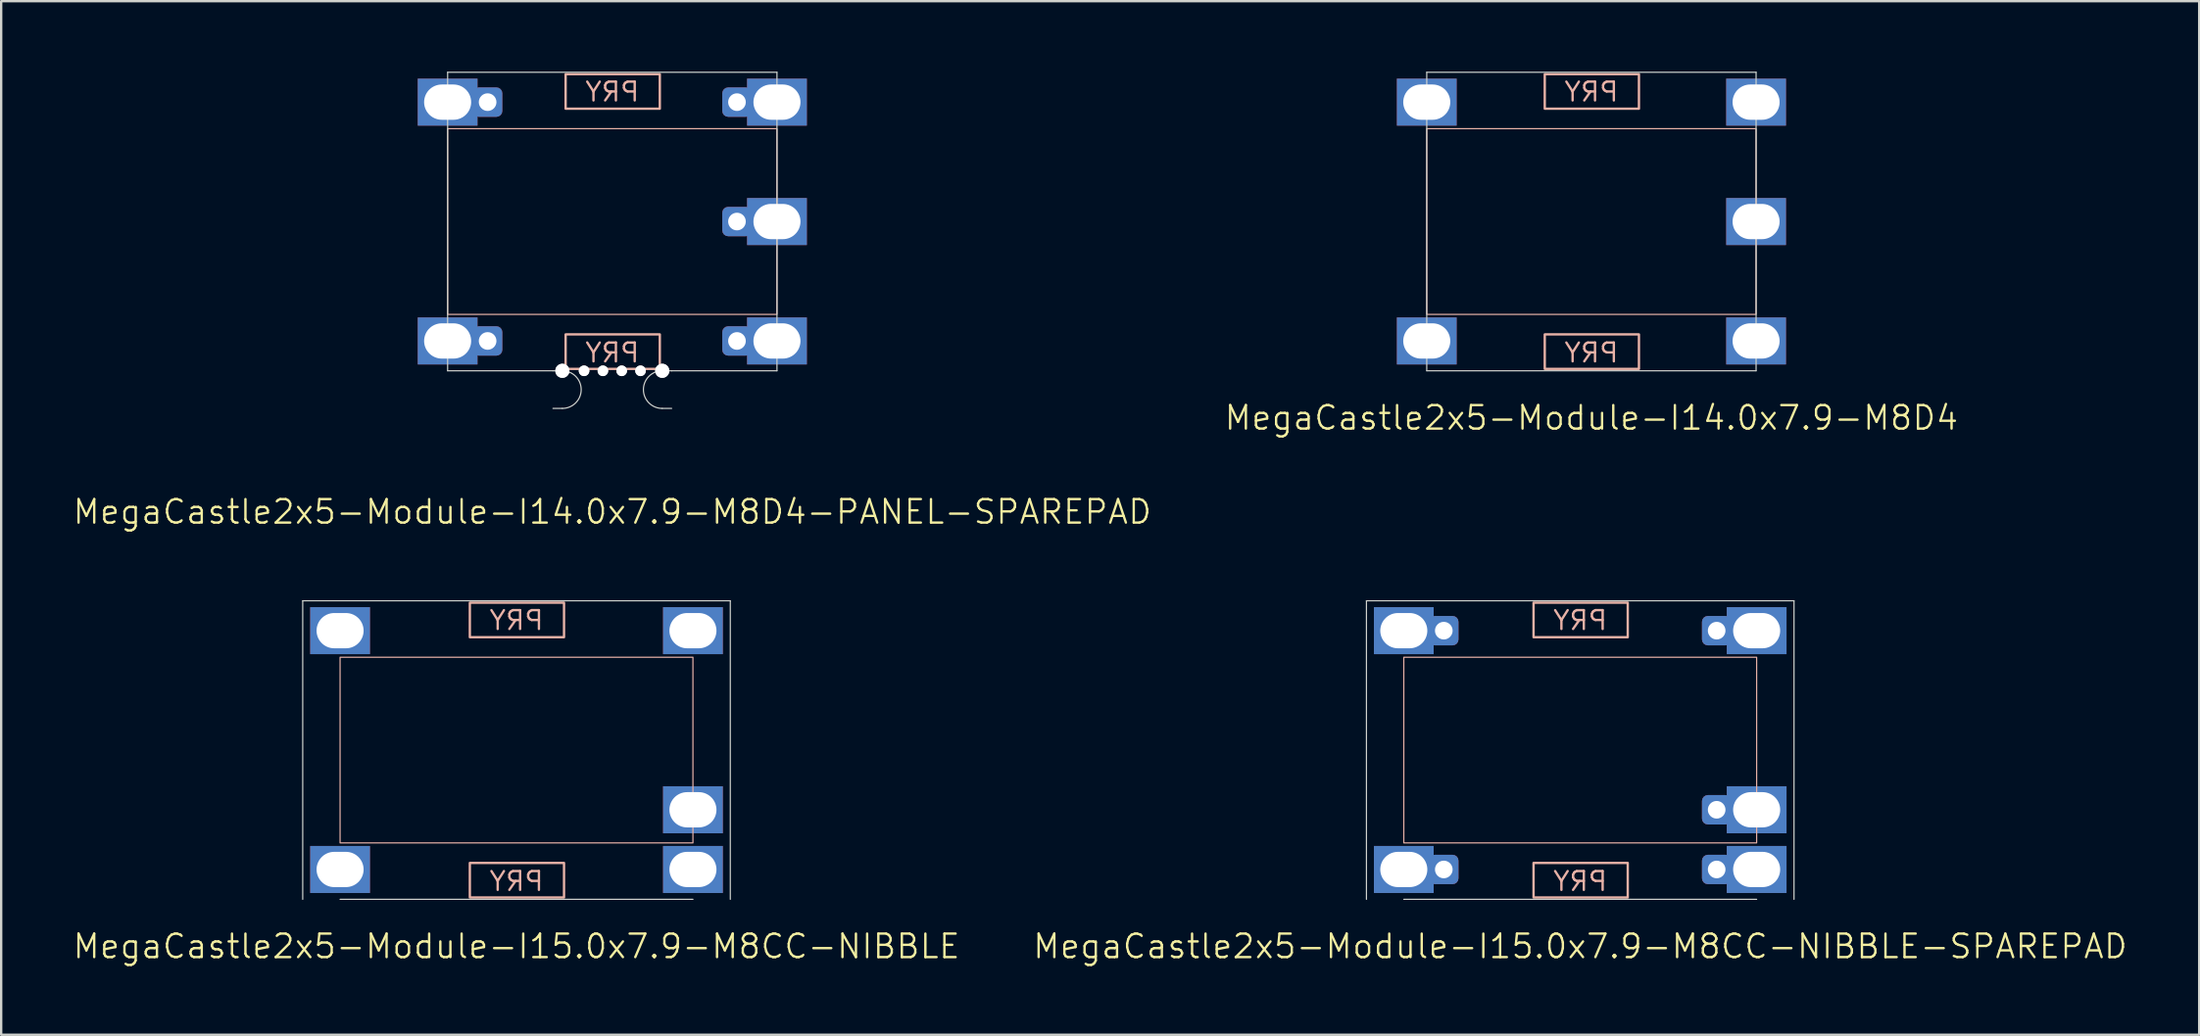
<source format=kicad_pcb>
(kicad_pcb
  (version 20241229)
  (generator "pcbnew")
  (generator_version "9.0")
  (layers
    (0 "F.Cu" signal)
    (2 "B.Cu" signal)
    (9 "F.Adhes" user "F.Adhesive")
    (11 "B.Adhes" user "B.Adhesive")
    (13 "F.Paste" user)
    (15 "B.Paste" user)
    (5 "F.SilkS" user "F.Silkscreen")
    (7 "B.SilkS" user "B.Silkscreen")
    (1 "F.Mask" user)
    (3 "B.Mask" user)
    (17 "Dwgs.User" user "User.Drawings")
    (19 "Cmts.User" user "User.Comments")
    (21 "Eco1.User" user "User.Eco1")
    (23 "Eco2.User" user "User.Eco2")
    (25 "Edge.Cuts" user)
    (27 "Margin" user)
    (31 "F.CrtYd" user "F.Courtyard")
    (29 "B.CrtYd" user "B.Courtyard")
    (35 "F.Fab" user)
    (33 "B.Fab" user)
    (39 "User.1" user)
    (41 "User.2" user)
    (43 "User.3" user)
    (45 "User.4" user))
  (footprint "MegaCastle2x5-Module-I14.0x7.9-M8D4-PANEL-SPAREPAD"
    (layer "F.Cu")
    (at 22.979 6.375)
    (property "Reference" "MegaCastle2x5-Module-I14.0x7.9-M8D4-PANEL-SPAREPAD" (at 0 12.35 0) (unlocked yes) (layer "F.SilkS") (effects (font (size 1 1) (thickness 0.1))))
    (attr smd)
    (fp_rect (start -7 3.95) (end 7 -3.95) (stroke (width 0.05) (type default)) (fill no) (layer "B.SilkS"))
    (fp_rect (start -1.984 -4.801) (end 2.02 -6.27) (stroke (width 0.1) (type default)) (fill no) (layer "B.SilkS"))
    (fp_rect (start -1.984 4.801) (end 2.02 6.27) (stroke (width 0.1) (type default)) (fill no) (layer "B.SilkS"))
    (fp_line (start -7 -6.35) (end -7 6.35) (stroke (width 0.05) (type default)) (layer "Edge.Cuts"))
    (fp_line (start -7 -6.35) (end 7 -6.35) (stroke (width 0.05) (type default)) (layer "Edge.Cuts"))
    (fp_line (start -7 6.35) (end -2.522 6.35) (stroke (width 0.05) (type default)) (layer "Edge.Cuts"))
    (fp_line (start -2.522 6.35) (end -2.123 6.35) (stroke (width 0.05) (type default)) (layer "Edge.Cuts"))
    (fp_line (start -2.522 7.95) (end -2.123 7.95) (stroke (width 0.05) (type default)) (layer "Edge.Cuts"))
    (fp_line (start 2.522 6.35) (end 2.123 6.35) (stroke (width 0.05) (type default)) (layer "Edge.Cuts"))
    (fp_line (start 2.522 6.35) (end 7 6.35) (stroke (width 0.05) (type default)) (layer "Edge.Cuts"))
    (fp_line (start 2.522 7.95) (end 2.123 7.95) (stroke (width 0.05) (type default)) (layer "Edge.Cuts"))
    (fp_line (start 7 -6.35) (end 7 6.35) (stroke (width 0.05) (type default)) (layer "Edge.Cuts"))
    (fp_arc (start -2.1225 6.35) (mid -1.3225 7.15) (end -2.1225 7.95) (stroke (width 0.05) (type default)) (layer "Edge.Cuts"))
    (fp_arc (start 2.1225 7.95) (mid 1.3225 7.15) (end 2.1225 6.35) (stroke (width 0.05) (type default)) (layer "Edge.Cuts"))
    (fp_text user "PRY" (at 0 -5.05 0) (unlocked yes) (layer "B.SilkS") (effects (font (size 0.8 0.8) (thickness 0.1)) (justify bottom mirror)))
    (fp_text user "PRY" (at 0 6.05 0) (unlocked yes) (layer "B.SilkS") (effects (font (size 0.8 0.8) (thickness 0.1)) (justify bottom mirror)))
    (pad "" np_thru_hole circle (at -2.123 6.35) (size 0.6 0.6) (drill 0.6) (layers "*.Cu" "Edge.Cuts"))
    (pad "" np_thru_hole circle (at -1.2 6.35) (size 0.45 0.45) (drill 0.45) (layers "*.Cu" "Edge.Cuts"))
    (pad "" np_thru_hole circle (at -0.4 6.35) (size 0.45 0.45) (drill 0.45) (layers "*.Cu" "Edge.Cuts"))
    (pad "" np_thru_hole circle (at 0.4 6.35) (size 0.45 0.45) (drill 0.45) (layers "*.Cu" "Edge.Cuts"))
    (pad "" np_thru_hole circle (at 1.2 6.35) (size 0.45 0.45) (drill 0.45) (layers "*.Cu" "Edge.Cuts"))
    (pad "" np_thru_hole circle (at 2.123 6.35) (size 0.6 0.6) (drill 0.6) (layers "*.Cu" "Edge.Cuts"))
    (pad "1" thru_hole rect (at -7 -5.08) (size 2.54 2) (drill oval 2 1.5) (property pad_prop_castellated) (layers "*.Cu" "*.Mask"))
    (pad "1" thru_hole roundrect (at -5.3 -5.08 180) (size 1.25 1.25) (drill 0.75) (layers "*.Cu" "*.Mask") (roundrect_rratio 0.2))
    (pad "5" thru_hole rect (at -7 5.08) (size 2.54 2) (drill oval 2 1.5) (property pad_prop_castellated) (layers "*.Cu" "*.Mask"))
    (pad "5" thru_hole roundrect (at -5.3 5.08 180) (size 1.25 1.25) (drill 0.75) (layers "*.Cu" "*.Mask") (roundrect_rratio 0.2))
    (pad "6" thru_hole roundrect (at 5.3 -5.08 180) (size 1.25 1.25) (drill 0.75) (layers "*.Cu" "*.Mask") (roundrect_rratio 0.2))
    (pad "6" thru_hole rect (at 7 -5.08) (size 2.54 2) (drill oval 2 1.5) (property pad_prop_castellated) (layers "*.Cu" "*.Mask"))
    (pad "8" thru_hole roundrect (at 5.3 0 180) (size 1.25 1.25) (drill 0.75) (layers "*.Cu" "*.Mask") (roundrect_rratio 0.2))
    (pad "8" thru_hole rect (at 7 0) (size 2.54 2) (drill oval 2 1.5) (property pad_prop_castellated) (layers "*.Cu" "*.Mask"))
    (pad "10" thru_hole roundrect (at 5.3 5.08 180) (size 1.25 1.25) (drill 0.75) (layers "*.Cu" "*.Mask") (roundrect_rratio 0.2))
    (pad "10" thru_hole rect (at 7 5.08) (size 2.54 2) (drill oval 2 1.5) (property pad_prop_castellated) (layers "*.Cu" "*.Mask"))
    (zone (net_name "") (layer "B.Cu") (hatch edge 0.5) (connect_pads) (min_thickness 0.25) (filled_areas_thickness no) (keepout (tracks allowed) (vias allowed) (pads allowed) (copperpour allowed) (footprints not_allowed)) (placement (enabled no)) (fill) (polygon (pts (xy 15.979 12.725) (xy 15.979 0.025))))
    (zone (net_name "") (layer "B.Cu") (hatch edge 0.5) (connect_pads) (min_thickness 0.25) (filled_areas_thickness no) (keepout (tracks allowed) (vias allowed) (pads allowed) (copperpour allowed) (footprints not_allowed)) (placement (enabled no)) (fill) (polygon (pts (xy 29.979 12.725) (xy 29.979 0.025))))
    (zone (net_name "") (layer "B.Cu") (hatch edge 0.5) (connect_pads) (min_thickness 0.25) (filled_areas_thickness no) (keepout (tracks allowed) (vias allowed) (pads allowed) (copperpour allowed) (footprints not_allowed)) (placement (enabled no)) (fill) (polygon (pts (xy 15.979 0.025) (xy 15.979 2.425) (xy 29.979 2.425) (xy 29.979 0.025))))
    (zone (net_name "") (layer "B.Cu") (hatch edge 0.5) (connect_pads) (min_thickness 0.25) (filled_areas_thickness no) (keepout (tracks allowed) (vias allowed) (pads allowed) (copperpour allowed) (footprints not_allowed)) (placement (enabled no)) (fill) (polygon (pts (xy 15.979 12.725) (xy 15.979 10.325) (xy 29.979 10.325) (xy 29.979 12.725))))
    (zone (net_name "") (layer "B.Cu") (name "Upper Pry Zone") (hatch edge 0.5) (connect_pads) (min_thickness 0.25) (filled_areas_thickness no) (keepout (tracks not_allowed) (vias not_allowed) (pads not_allowed) (copperpour allowed) (footprints not_allowed)) (placement (enabled no)) (fill) (polygon (pts (xy 20.994 1.574) (xy 20.994 0.105) (xy 24.998 0.105) (xy 24.998 1.574))))
    (zone (net_name "") (layer "B.Cu") (name "Upper Pry Zone") (hatch edge 0.5) (connect_pads) (min_thickness 0.25) (filled_areas_thickness no) (keepout (tracks not_allowed) (vias not_allowed) (pads not_allowed) (copperpour allowed) (footprints not_allowed)) (placement (enabled no)) (fill) (polygon (pts (xy 20.994 11.176) (xy 20.994 12.645) (xy 24.998 12.645) (xy 24.998 11.176)))))
  (footprint "MegaCastle2x5-Module-I15.0x7.9-M8CC-NIBBLE"
    (layer "F.Cu")
    (at 18.907 28.86)
    (property "Reference" "MegaCastle2x5-Module-I15.0x7.9-M8CC-NIBBLE" (at 0 8.35 0) (unlocked yes) (layer "F.SilkS") (effects (font (size 1 1) (thickness 0.1))))
    (attr smd)
    (fp_rect (start -7.5 3.95) (end 7.5 -3.95) (stroke (width 0.05) (type default)) (fill no) (layer "B.SilkS"))
    (fp_rect (start -1.984 -4.801) (end 2.02 -6.27) (stroke (width 0.1) (type default)) (fill no) (layer "B.SilkS"))
    (fp_rect (start -1.984 4.801) (end 2.02 6.27) (stroke (width 0.1) (type default)) (fill no) (layer "B.SilkS"))
    (fp_line (start -9.088 -6.35) (end -9.088 6.35) (stroke (width 0.05) (type default)) (layer "Edge.Cuts"))
    (fp_line (start -9.088 -6.35) (end 9.088 -6.35) (stroke (width 0.05) (type default)) (layer "Edge.Cuts"))
    (fp_line (start -7.5 6.35) (end 7.5 6.35) (stroke (width 0.05) (type default)) (layer "Edge.Cuts"))
    (fp_line (start 9.088 -6.35) (end 9.088 6.35) (stroke (width 0.05) (type default)) (layer "Edge.Cuts"))
    (fp_text user "PRY" (at 0 -5.05 0) (unlocked yes) (layer "B.SilkS") (effects (font (size 0.8 0.8) (thickness 0.1)) (justify bottom mirror)))
    (fp_text user "PRY" (at 0 6.05 0) (unlocked yes) (layer "B.SilkS") (effects (font (size 0.8 0.8) (thickness 0.1)) (justify bottom mirror)))
    (pad "1" thru_hole rect (at -7.5 -5.08) (size 2.54 2) (drill oval 2 1.5) (property pad_prop_castellated) (layers "*.Cu" "*.Mask"))
    (pad "5" thru_hole rect (at -7.5 5.08) (size 2.54 2) (drill oval 2 1.5) (property pad_prop_castellated) (layers "*.Cu" "*.Mask"))
    (pad "6" thru_hole rect (at 7.5 -5.08) (size 2.54 2) (drill oval 2 1.5) (property pad_prop_castellated) (layers "*.Cu" "*.Mask"))
    (pad "9" thru_hole rect (at 7.5 2.54) (size 2.54 2) (drill oval 2 1.5) (property pad_prop_castellated) (layers "*.Cu" "*.Mask"))
    (pad "10" thru_hole rect (at 7.5 5.08) (size 2.54 2) (drill oval 2 1.5) (property pad_prop_castellated) (layers "*.Cu" "*.Mask"))
    (zone (net_name "") (layer "B.Cu") (hatch edge 0.5) (connect_pads) (min_thickness 0.25) (filled_areas_thickness no) (keepout (tracks allowed) (vias allowed) (pads allowed) (copperpour allowed) (footprints not_allowed)) (placement (enabled no)) (fill) (polygon (pts (xy 11.407 35.211) (xy 11.407 22.511))))
    (zone (net_name "") (layer "B.Cu") (hatch edge 0.5) (connect_pads) (min_thickness 0.25) (filled_areas_thickness no) (keepout (tracks allowed) (vias allowed) (pads allowed) (copperpour allowed) (footprints not_allowed)) (placement (enabled no)) (fill) (polygon (pts (xy 26.407 35.211) (xy 26.407 22.511))))
    (zone (net_name "") (layer "B.Cu") (hatch edge 0.5) (connect_pads) (min_thickness 0.25) (filled_areas_thickness no) (keepout (tracks allowed) (vias allowed) (pads allowed) (copperpour allowed) (footprints not_allowed)) (placement (enabled no)) (fill) (polygon (pts (xy 11.407 22.511) (xy 11.407 24.91) (xy 26.407 24.91) (xy 26.407 22.511))))
    (zone (net_name "") (layer "B.Cu") (hatch edge 0.5) (connect_pads) (min_thickness 0.25) (filled_areas_thickness no) (keepout (tracks allowed) (vias allowed) (pads allowed) (copperpour allowed) (footprints not_allowed)) (placement (enabled no)) (fill) (polygon (pts (xy 11.407 35.211) (xy 11.407 32.81) (xy 26.407 32.81) (xy 26.407 35.211))))
    (zone (net_name "") (layer "B.Cu") (name "Upper Pry Zone") (hatch edge 0.5) (connect_pads) (min_thickness 0.25) (filled_areas_thickness no) (keepout (tracks not_allowed) (vias not_allowed) (pads not_allowed) (copperpour allowed) (footprints not_allowed)) (placement (enabled no)) (fill) (polygon (pts (xy 16.923 24.059) (xy 16.923 22.59) (xy 20.927 22.59) (xy 20.927 24.059))))
    (zone (net_name "") (layer "B.Cu") (name "Upper Pry Zone") (hatch edge 0.5) (connect_pads) (min_thickness 0.25) (filled_areas_thickness no) (keepout (tracks not_allowed) (vias not_allowed) (pads not_allowed) (copperpour allowed) (footprints not_allowed)) (placement (enabled no)) (fill) (polygon (pts (xy 16.923 33.662) (xy 16.923 35.13) (xy 20.927 35.13) (xy 20.927 33.662)))))
  (footprint "MegaCastle2x5-Module-I14.0x7.9-M8D4"
    (layer "F.Cu")
    (at 64.602 6.375)
    (property "Reference" "MegaCastle2x5-Module-I14.0x7.9-M8D4" (at 0 8.35 0) (unlocked yes) (layer "F.SilkS") (effects (font (size 1 1) (thickness 0.1))))
    (attr smd)
    (fp_rect (start -7 3.95) (end 7 -3.95) (stroke (width 0.05) (type default)) (fill no) (layer "B.SilkS"))
    (fp_rect (start -1.984 -4.801) (end 2.02 -6.27) (stroke (width 0.1) (type default)) (fill no) (layer "B.SilkS"))
    (fp_rect (start -1.984 4.801) (end 2.02 6.27) (stroke (width 0.1) (type default)) (fill no) (layer "B.SilkS"))
    (fp_line (start -7 -6.35) (end -7 6.35) (stroke (width 0.05) (type default)) (layer "Edge.Cuts"))
    (fp_line (start -7 -6.35) (end 7 -6.35) (stroke (width 0.05) (type default)) (layer "Edge.Cuts"))
    (fp_line (start -7 6.35) (end 7 6.35) (stroke (width 0.05) (type default)) (layer "Edge.Cuts"))
    (fp_line (start 7 -6.35) (end 7 6.35) (stroke (width 0.05) (type default)) (layer "Edge.Cuts"))
    (fp_text user "PRY" (at 0 -5.05 0) (unlocked yes) (layer "B.SilkS") (effects (font (size 0.8 0.8) (thickness 0.1)) (justify bottom mirror)))
    (fp_text user "PRY" (at 0 6.05 0) (unlocked yes) (layer "B.SilkS") (effects (font (size 0.8 0.8) (thickness 0.1)) (justify bottom mirror)))
    (pad "1" thru_hole rect (at -7 -5.08) (size 2.54 2) (drill oval 2 1.5) (property pad_prop_castellated) (layers "*.Cu" "*.Mask"))
    (pad "5" thru_hole rect (at -7 5.08) (size 2.54 2) (drill oval 2 1.5) (property pad_prop_castellated) (layers "*.Cu" "*.Mask"))
    (pad "6" thru_hole rect (at 7 -5.08) (size 2.54 2) (drill oval 2 1.5) (property pad_prop_castellated) (layers "*.Cu" "*.Mask"))
    (pad "8" thru_hole rect (at 7 0) (size 2.54 2) (drill oval 2 1.5) (property pad_prop_castellated) (layers "*.Cu" "*.Mask"))
    (pad "10" thru_hole rect (at 7 5.08) (size 2.54 2) (drill oval 2 1.5) (property pad_prop_castellated) (layers "*.Cu" "*.Mask"))
    (zone (net_name "") (layer "B.Cu") (hatch edge 0.5) (connect_pads) (min_thickness 0.25) (filled_areas_thickness no) (keepout (tracks allowed) (vias allowed) (pads allowed) (copperpour allowed) (footprints not_allowed)) (placement (enabled no)) (fill) (polygon (pts (xy 57.602 12.725) (xy 57.602 0.025))))
    (zone (net_name "") (layer "B.Cu") (hatch edge 0.5) (connect_pads) (min_thickness 0.25) (filled_areas_thickness no) (keepout (tracks allowed) (vias allowed) (pads allowed) (copperpour allowed) (footprints not_allowed)) (placement (enabled no)) (fill) (polygon (pts (xy 71.602 12.725) (xy 71.602 0.025))))
    (zone (net_name "") (layer "B.Cu") (hatch edge 0.5) (connect_pads) (min_thickness 0.25) (filled_areas_thickness no) (keepout (tracks allowed) (vias allowed) (pads allowed) (copperpour allowed) (footprints not_allowed)) (placement (enabled no)) (fill) (polygon (pts (xy 57.602 0.025) (xy 57.602 2.425) (xy 71.602 2.425) (xy 71.602 0.025))))
    (zone (net_name "") (layer "B.Cu") (hatch edge 0.5) (connect_pads) (min_thickness 0.25) (filled_areas_thickness no) (keepout (tracks allowed) (vias allowed) (pads allowed) (copperpour allowed) (footprints not_allowed)) (placement (enabled no)) (fill) (polygon (pts (xy 57.602 12.725) (xy 57.602 10.325) (xy 71.602 10.325) (xy 71.602 12.725))))
    (zone (net_name "") (layer "B.Cu") (name "Upper Pry Zone") (hatch edge 0.5) (connect_pads) (min_thickness 0.25) (filled_areas_thickness no) (keepout (tracks not_allowed) (vias not_allowed) (pads not_allowed) (copperpour allowed) (footprints not_allowed)) (placement (enabled no)) (fill) (polygon (pts (xy 62.618 1.574) (xy 62.618 0.105) (xy 66.622 0.105) (xy 66.622 1.574))))
    (zone (net_name "") (layer "B.Cu") (name "Upper Pry Zone") (hatch edge 0.5) (connect_pads) (min_thickness 0.25) (filled_areas_thickness no) (keepout (tracks not_allowed) (vias not_allowed) (pads not_allowed) (copperpour allowed) (footprints not_allowed)) (placement (enabled no)) (fill) (polygon (pts (xy 62.618 11.176) (xy 62.618 12.645) (xy 66.622 12.645) (xy 66.622 11.176)))))
  (footprint "MegaCastle2x5-Module-I15.0x7.9-M8CC-NIBBLE-SPAREPAD"
    (layer "F.Cu")
    (at 64.126 28.86)
    (property "Reference" "MegaCastle2x5-Module-I15.0x7.9-M8CC-NIBBLE-SPAREPAD" (at 0 8.35 0) (unlocked yes) (layer "F.SilkS") (effects (font (size 1 1) (thickness 0.1))))
    (attr smd)
    (fp_rect (start -7.5 3.95) (end 7.5 -3.95) (stroke (width 0.05) (type default)) (fill no) (layer "B.SilkS"))
    (fp_rect (start -1.984 -4.801) (end 2.02 -6.27) (stroke (width 0.1) (type default)) (fill no) (layer "B.SilkS"))
    (fp_rect (start -1.984 4.801) (end 2.02 6.27) (stroke (width 0.1) (type default)) (fill no) (layer "B.SilkS"))
    (fp_line (start -9.088 -6.35) (end -9.088 6.35) (stroke (width 0.05) (type default)) (layer "Edge.Cuts"))
    (fp_line (start -9.088 -6.35) (end 9.088 -6.35) (stroke (width 0.05) (type default)) (layer "Edge.Cuts"))
    (fp_line (start -7.5 6.35) (end 7.5 6.35) (stroke (width 0.05) (type default)) (layer "Edge.Cuts"))
    (fp_line (start 9.088 -6.35) (end 9.088 6.35) (stroke (width 0.05) (type default)) (layer "Edge.Cuts"))
    (fp_text user "PRY" (at 0 6.05 0) (unlocked yes) (layer "B.SilkS") (effects (font (size 0.8 0.8) (thickness 0.1)) (justify bottom mirror)))
    (fp_text user "PRY" (at 0 -5.05 0) (unlocked yes) (layer "B.SilkS") (effects (font (size 0.8 0.8) (thickness 0.1)) (justify bottom mirror)))
    (pad "1" thru_hole rect (at -7.5 -5.08) (size 2.54 2) (drill oval 2 1.5) (property pad_prop_castellated) (layers "*.Cu" "*.Mask"))
    (pad "1" thru_hole roundrect (at -5.8 -5.08 180) (size 1.25 1.25) (drill 0.75) (layers "*.Cu" "*.Mask") (roundrect_rratio 0.2))
    (pad "5" thru_hole rect (at -7.5 5.08) (size 2.54 2) (drill oval 2 1.5) (property pad_prop_castellated) (layers "*.Cu" "*.Mask"))
    (pad "5" thru_hole roundrect (at -5.8 5.08 180) (size 1.25 1.25) (drill 0.75) (layers "*.Cu" "*.Mask") (roundrect_rratio 0.2))
    (pad "6" thru_hole roundrect (at 5.8 -5.08 180) (size 1.25 1.25) (drill 0.75) (layers "*.Cu" "*.Mask") (roundrect_rratio 0.2))
    (pad "6" thru_hole rect (at 7.5 -5.08) (size 2.54 2) (drill oval 2 1.5) (property pad_prop_castellated) (layers "*.Cu" "*.Mask"))
    (pad "9" thru_hole roundrect (at 5.8 2.54 180) (size 1.25 1.25) (drill 0.75) (layers "*.Cu" "*.Mask") (roundrect_rratio 0.2))
    (pad "9" thru_hole rect (at 7.5 2.54) (size 2.54 2) (drill oval 2 1.5) (property pad_prop_castellated) (layers "*.Cu" "*.Mask"))
    (pad "10" thru_hole roundrect (at 5.8 5.08 180) (size 1.25 1.25) (drill 0.75) (layers "*.Cu" "*.Mask") (roundrect_rratio 0.2))
    (pad "10" thru_hole rect (at 7.5 5.08) (size 2.54 2) (drill oval 2 1.5) (property pad_prop_castellated) (layers "*.Cu" "*.Mask"))
    (zone (net_name "") (layer "B.Cu") (hatch edge 0.5) (connect_pads) (min_thickness 0.25) (filled_areas_thickness no) (keepout (tracks allowed) (vias allowed) (pads allowed) (copperpour allowed) (footprints not_allowed)) (placement (enabled no)) (fill) (polygon (pts (xy 56.626 35.211) (xy 56.626 22.511))))
    (zone (net_name "") (layer "B.Cu") (hatch edge 0.5) (connect_pads) (min_thickness 0.25) (filled_areas_thickness no) (keepout (tracks allowed) (vias allowed) (pads allowed) (copperpour allowed) (footprints not_allowed)) (placement (enabled no)) (fill) (polygon (pts (xy 71.626 35.211) (xy 71.626 22.511))))
    (zone (net_name "") (layer "B.Cu") (hatch edge 0.5) (connect_pads) (min_thickness 0.25) (filled_areas_thickness no) (keepout (tracks allowed) (vias allowed) (pads allowed) (copperpour allowed) (footprints not_allowed)) (placement (enabled no)) (fill) (polygon (pts (xy 56.626 22.511) (xy 56.626 24.91) (xy 71.626 24.91) (xy 71.626 22.511))))
    (zone (net_name "") (layer "B.Cu") (hatch edge 0.5) (connect_pads) (min_thickness 0.25) (filled_areas_thickness no) (keepout (tracks allowed) (vias allowed) (pads allowed) (copperpour allowed) (footprints not_allowed)) (placement (enabled no)) (fill) (polygon (pts (xy 56.626 35.211) (xy 56.626 32.81) (xy 71.626 32.81) (xy 71.626 35.211))))
    (zone (net_name "") (layer "B.Cu") (name "Upper Pry Zone") (hatch edge 0.5) (connect_pads) (min_thickness 0.25) (filled_areas_thickness no) (keepout (tracks not_allowed) (vias not_allowed) (pads not_allowed) (copperpour allowed) (footprints not_allowed)) (placement (enabled no)) (fill) (polygon (pts (xy 62.142 24.059) (xy 62.142 22.59) (xy 66.146 22.59) (xy 66.146 24.059))))
    (zone (net_name "") (layer "B.Cu") (name "Upper Pry Zone") (hatch edge 0.5) (connect_pads) (min_thickness 0.25) (filled_areas_thickness no) (keepout (tracks not_allowed) (vias not_allowed) (pads not_allowed) (copperpour allowed) (footprints not_allowed)) (placement (enabled no)) (fill) (polygon (pts (xy 62.142 33.662) (xy 62.142 35.13) (xy 66.146 35.13) (xy 66.146 33.662)))))
  (gr_rect
    (start -3 -3)
    (end 90.438 40.971)
    (stroke (width 0.1) (type default))
    (fill no)
    (layer "Edge.Cuts")))
</source>
